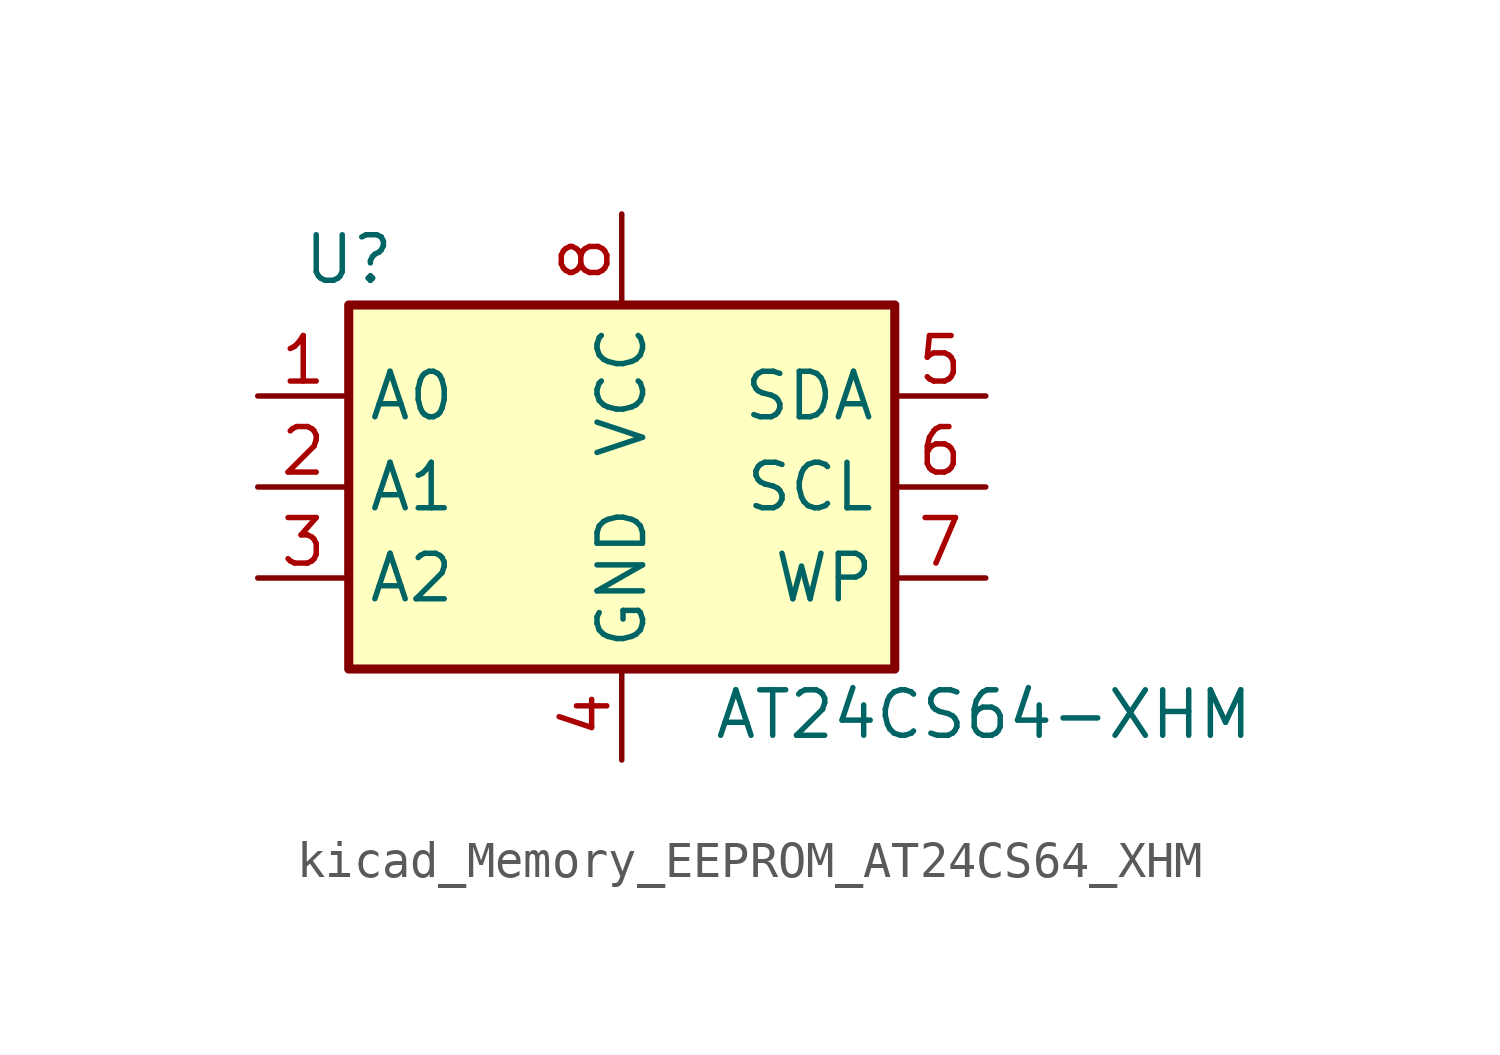
<source format=kicad_sym>
(kicad_symbol_lib
  (version 20220914)
  (generator kicad_symbol_editor)
  (symbol "kicad_Memory_EEPROM_AT24CS64_XHM"
    (property "Reference" "U"
      (at -7.62 6.35 0)
      (effects (font (size 1.27 1.27))))
    (property "Value" "AT24CS64-XHM"
      (at 2.54 -6.35 0)
      (effects (font (size 1.27 1.27)) (justify left)))
    (symbol "kicad_Memory_EEPROM_AT24CS64_XHM_1_1"
      (rectangle (start -7.62 5.08) (end 7.62 -5.08) (stroke (width 0.254) (type default)) (fill (type background)))
      (pin input line (at -10.16 2.54 0) (length 2.54) (name "A0" (effects (font (size 1.27 1.27)))) (number "1" (effects (font (size 1.27 1.27)))))
      (pin input line (at -10.16 0 0) (length 2.54) (name "A1" (effects (font (size 1.27 1.27)))) (number "2" (effects (font (size 1.27 1.27)))))
      (pin input line (at -10.16 -2.54 0) (length 2.54) (name "A2" (effects (font (size 1.27 1.27)))) (number "3" (effects (font (size 1.27 1.27)))))
      (pin power_in line (at 0 -7.62 90) (length 2.54) (name "GND" (effects (font (size 1.27 1.27)))) (number "4" (effects (font (size 1.27 1.27)))))
      (pin bidirectional line (at 10.16 2.54 180) (length 2.54) (name "SDA" (effects (font (size 1.27 1.27)))) (number "5" (effects (font (size 1.27 1.27)))))
      (pin input line (at 10.16 0 180) (length 2.54) (name "SCL" (effects (font (size 1.27 1.27)))) (number "6" (effects (font (size 1.27 1.27)))))
      (pin input line (at 10.16 -2.54 180) (length 2.54) (name "WP" (effects (font (size 1.27 1.27)))) (number "7" (effects (font (size 1.27 1.27)))))
      (pin power_in line (at 0 7.62 270) (length 2.54) (name "VCC" (effects (font (size 1.27 1.27)))) (number "8" (effects (font (size 1.27 1.27))))))))
</source>
